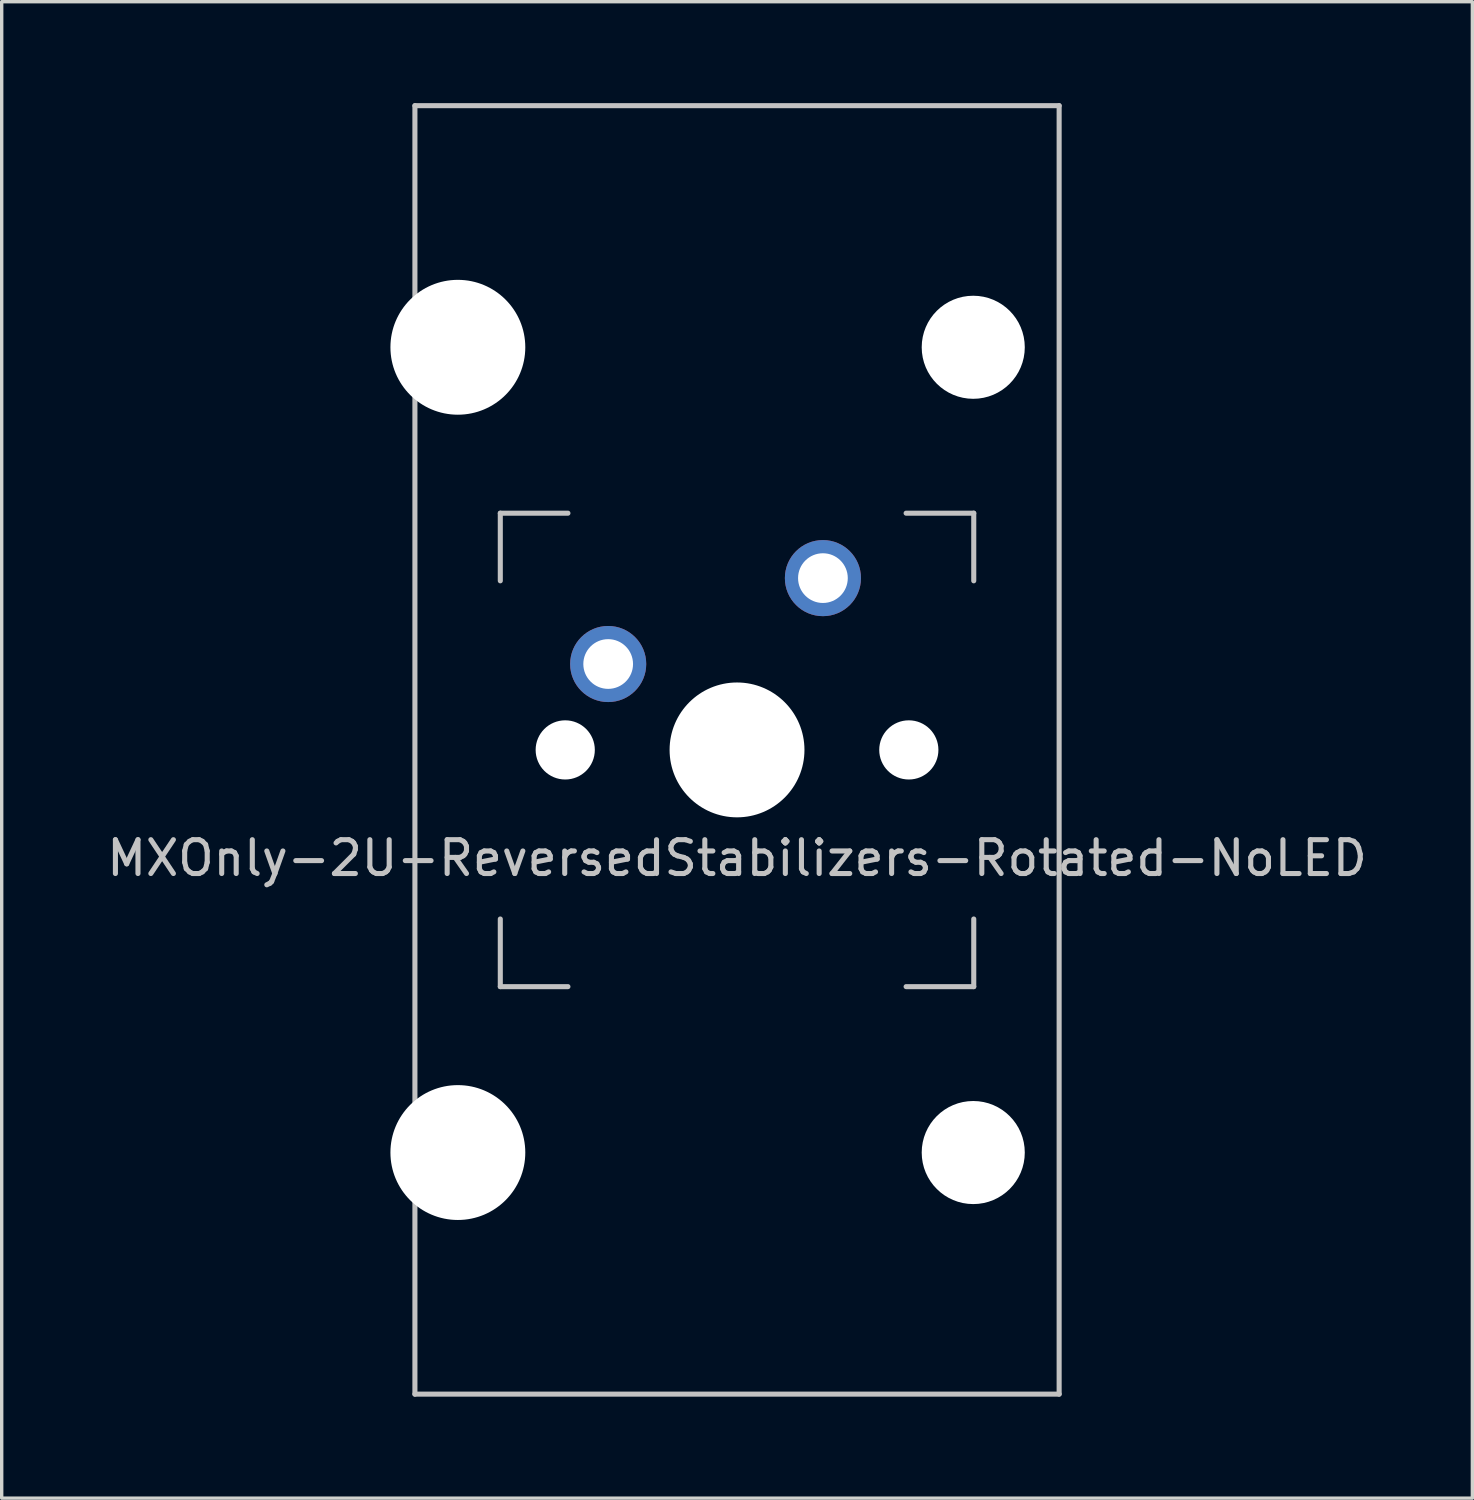
<source format=kicad_pcb>
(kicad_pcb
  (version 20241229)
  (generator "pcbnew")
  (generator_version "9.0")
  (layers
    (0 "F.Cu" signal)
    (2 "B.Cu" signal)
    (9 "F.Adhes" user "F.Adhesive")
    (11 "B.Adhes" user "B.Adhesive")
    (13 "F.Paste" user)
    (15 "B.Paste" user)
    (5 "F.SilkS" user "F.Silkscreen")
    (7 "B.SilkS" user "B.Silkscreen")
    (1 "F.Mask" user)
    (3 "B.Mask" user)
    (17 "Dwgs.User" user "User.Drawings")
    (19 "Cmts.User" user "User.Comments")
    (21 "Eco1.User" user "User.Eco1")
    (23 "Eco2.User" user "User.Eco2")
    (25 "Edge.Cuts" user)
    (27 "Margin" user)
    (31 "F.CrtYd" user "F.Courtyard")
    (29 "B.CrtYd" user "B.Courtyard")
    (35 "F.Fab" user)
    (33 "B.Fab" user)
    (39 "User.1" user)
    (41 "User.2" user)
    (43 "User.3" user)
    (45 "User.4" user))
  (footprint "MXOnly-2U-ReversedStabilizers-Rotated-NoLED"
    (layer "F.Cu")
    (at 18.744 19.125)
    (property "Reference" "MXOnly-2U-ReversedStabilizers-Rotated-NoLED" (at 0 3.2 180) (layer "Dwgs.User") (effects (font (size 1 1) (thickness 0.15))))
    (attr through_hole)
    (fp_line (start -9.525 -19.05) (end 9.525 -19.05) (stroke (width 0.15) (type solid)) (layer "Dwgs.User"))
    (fp_line (start -9.525 19.05) (end -9.525 -19.05) (stroke (width 0.15) (type solid)) (layer "Dwgs.User"))
    (fp_line (start -7 -7) (end -7 -5) (stroke (width 0.15) (type solid)) (layer "Dwgs.User"))
    (fp_line (start -7 5) (end -7 7) (stroke (width 0.15) (type solid)) (layer "Dwgs.User"))
    (fp_line (start -7 7) (end -5 7) (stroke (width 0.15) (type solid)) (layer "Dwgs.User"))
    (fp_line (start -5 -7) (end -7 -7) (stroke (width 0.15) (type solid)) (layer "Dwgs.User"))
    (fp_line (start 5 -7) (end 7 -7) (stroke (width 0.15) (type solid)) (layer "Dwgs.User"))
    (fp_line (start 5 7) (end 7 7) (stroke (width 0.15) (type solid)) (layer "Dwgs.User"))
    (fp_line (start 7 -7) (end 7 -5) (stroke (width 0.15) (type solid)) (layer "Dwgs.User"))
    (fp_line (start 7 7) (end 7 5) (stroke (width 0.15) (type solid)) (layer "Dwgs.User"))
    (fp_line (start 9.525 19.05) (end -9.525 19.05) (stroke (width 0.15) (type solid)) (layer "Dwgs.User"))
    (fp_line (start 9.525 19.05) (end 9.525 -19.05) (stroke (width 0.15) (type solid)) (layer "Dwgs.User"))
    (pad "" np_thru_hole circle (at -8.255 -11.906 90) (size 3.988 3.988) (drill 3.988) (layers "*.Cu" "*.Mask"))
    (pad "" np_thru_hole circle (at -8.255 11.906 90) (size 3.988 3.988) (drill 3.988) (layers "*.Cu" "*.Mask"))
    (pad "" np_thru_hole circle (at -5.08 0 48.1) (size 1.75 1.75) (drill 1.75) (layers "*.Cu" "*.Mask"))
    (pad "" np_thru_hole circle (at 0 0) (size 3.988 3.988) (drill 3.988) (layers "*.Cu" "*.Mask"))
    (pad "" np_thru_hole circle (at 5.08 0 48.1) (size 1.75 1.75) (drill 1.75) (layers "*.Cu" "*.Mask"))
    (pad "" np_thru_hole circle (at 6.985 -11.906 90) (size 3.048 3.048) (drill 3.048) (layers "*.Cu" "*.Mask"))
    (pad "" np_thru_hole circle (at 6.985 11.906 90) (size 3.048 3.048) (drill 3.048) (layers "*.Cu" "*.Mask"))
    (pad "1" thru_hole circle (at -3.81 -2.54) (size 2.25 2.25) (drill 1.47) (layers "*.Cu" "B.Mask"))
    (pad "2" thru_hole circle (at 2.54 -5.08) (size 2.25 2.25) (drill 1.47) (layers "*.Cu" "B.Mask")))
  (gr_rect
    (start -3 -3)
    (end 40.488 41.25)
    (stroke (width 0.1) (type default))
    (fill no)
    (layer "Edge.Cuts")))
</source>
